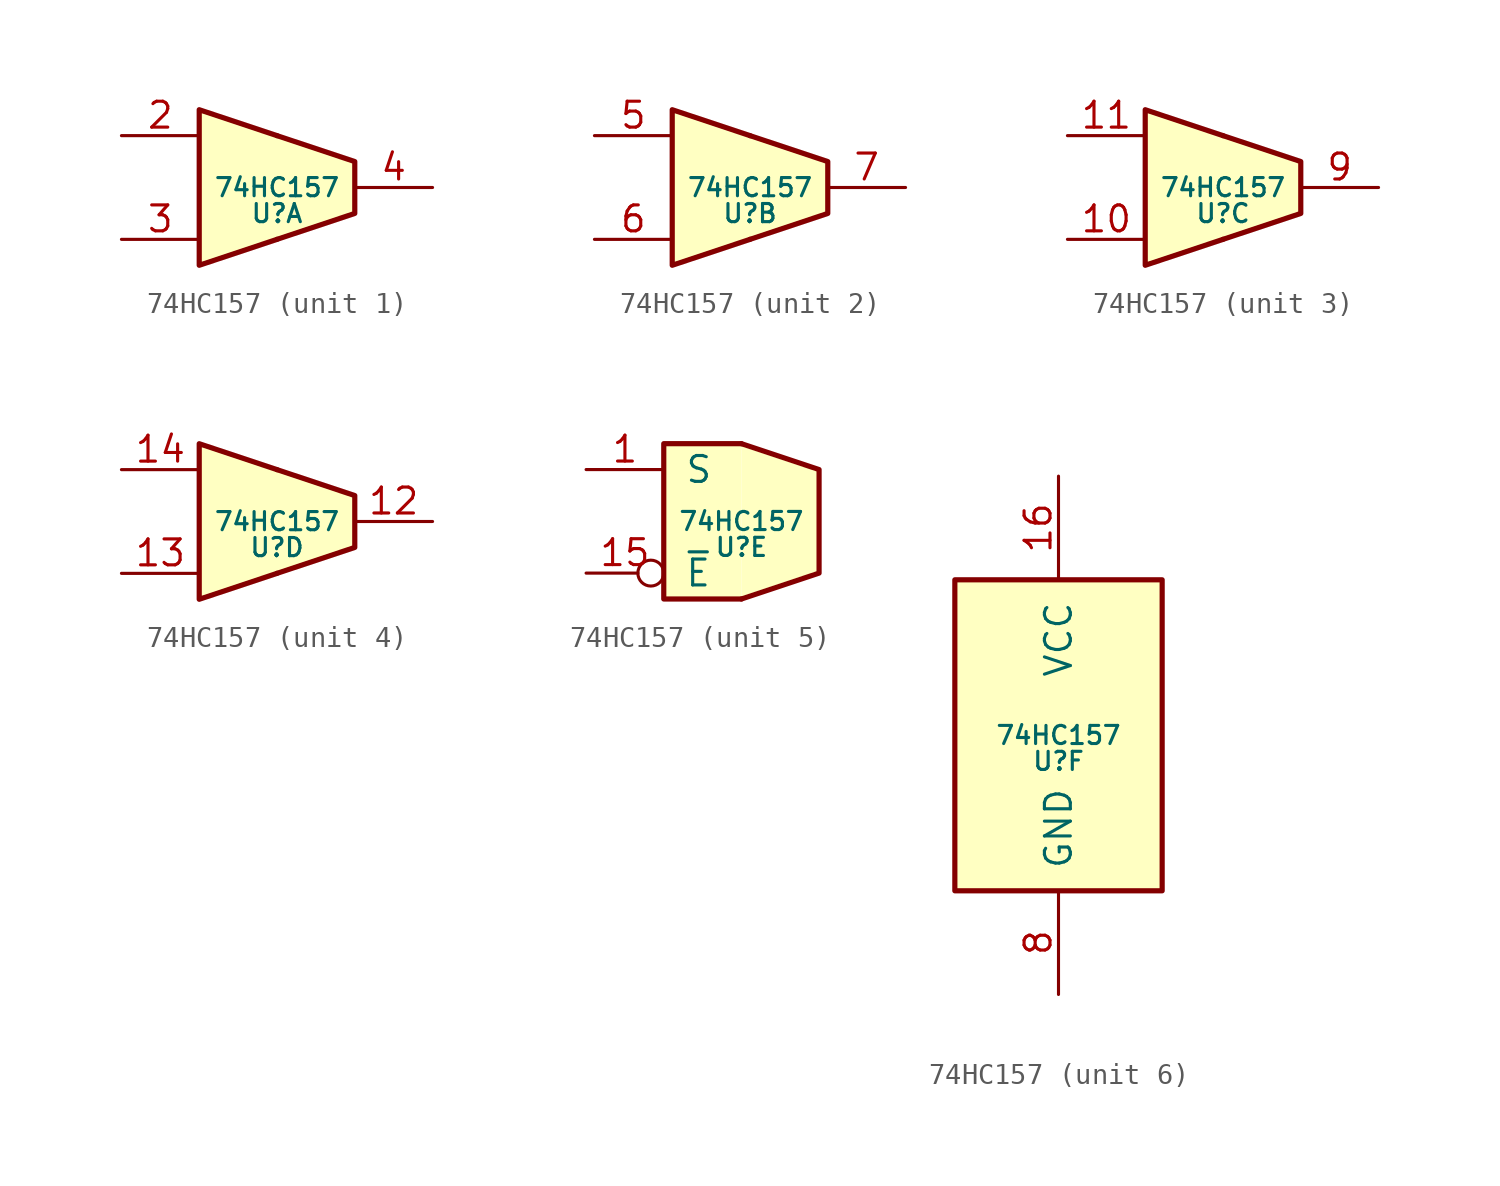
<source format=kicad_sym>
(kicad_symbol_lib
  (version 20211014)
  (generator kicad_symbol_editor)
  (symbol "74HC157"
    (pin_names
      (offset 1.016))
    (property "Reference" "U"
      (at 0 -1.27 0)
      (effects (font (size 0.889 0.889))))
    (property "Value" "74HC157"
      (at 0 0 0)
      (effects (font (size 0.889 0.889))))
    (property "ki_locked" ""
      (at 0 0 0)
      (effects (font (size 1.27 1.27))))
    (symbol "74HC157_1_1"
      (polyline (pts (xy 0 -2.54) (xy 3.81 -1.27) (xy 3.81 1.27) (xy 0 2.54)) (stroke (width 0.254) (type default) (color 0 0 0 0)) (fill (type background)))
      (polyline (pts (xy 0 2.54) (xy -3.81 3.81) (xy -3.81 -3.81) (xy 0 -2.54)) (stroke (width 0.254) (type default) (color 0 0 0 0)) (fill (type background)))
      (pin input line (at -7.62 2.54 0) (length 3.81) (name "~" (effects (font (size 1.27 1.27)))) (number "2" (effects (font (size 1.27 1.27)))))
      (pin input line (at -7.62 -2.54 0) (length 3.81) (name "~" (effects (font (size 1.27 1.27)))) (number "3" (effects (font (size 1.27 1.27)))))
      (pin output line (at 7.62 0 180) (length 3.81) (name "~" (effects (font (size 1.27 1.27)))) (number "4" (effects (font (size 1.27 1.27))))))
    (symbol "74HC157_2_1"
      (polyline (pts (xy 0 -2.54) (xy 3.81 -1.27) (xy 3.81 1.27) (xy 0 2.54)) (stroke (width 0.254) (type default) (color 0 0 0 0)) (fill (type background)))
      (polyline (pts (xy 0 2.54) (xy -3.81 3.81) (xy -3.81 -3.81) (xy 0 -2.54)) (stroke (width 0.254) (type default) (color 0 0 0 0)) (fill (type background)))
      (pin input line (at -7.62 2.54 0) (length 3.81) (name "~" (effects (font (size 1.27 1.27)))) (number "5" (effects (font (size 1.27 1.27)))))
      (pin input line (at -7.62 -2.54 0) (length 3.81) (name "~" (effects (font (size 1.27 1.27)))) (number "6" (effects (font (size 1.27 1.27)))))
      (pin output line (at 7.62 0 180) (length 3.81) (name "~" (effects (font (size 1.27 1.27)))) (number "7" (effects (font (size 1.27 1.27))))))
    (symbol "74HC157_3_1"
      (polyline (pts (xy 0 -2.54) (xy 3.81 -1.27) (xy 3.81 1.27) (xy 0 2.54)) (stroke (width 0.254) (type default) (color 0 0 0 0)) (fill (type background)))
      (polyline (pts (xy 0 2.54) (xy -3.81 3.81) (xy -3.81 -3.81) (xy 0 -2.54)) (stroke (width 0.254) (type default) (color 0 0 0 0)) (fill (type background)))
      (pin input line (at -7.62 -2.54 0) (length 3.81) (name "~" (effects (font (size 1.27 1.27)))) (number "10" (effects (font (size 1.27 1.27)))))
      (pin input line (at -7.62 2.54 0) (length 3.81) (name "~" (effects (font (size 1.27 1.27)))) (number "11" (effects (font (size 1.27 1.27)))))
      (pin output line (at 7.62 0 180) (length 3.81) (name "~" (effects (font (size 1.27 1.27)))) (number "9" (effects (font (size 1.27 1.27))))))
    (symbol "74HC157_4_1"
      (polyline (pts (xy 0 -2.54) (xy 3.81 -1.27) (xy 3.81 1.27) (xy 0 2.54)) (stroke (width 0.254) (type default) (color 0 0 0 0)) (fill (type background)))
      (polyline (pts (xy 0 2.54) (xy -3.81 3.81) (xy -3.81 -3.81) (xy 0 -2.54)) (stroke (width 0.254) (type default) (color 0 0 0 0)) (fill (type background)))
      (pin output line (at 7.62 0 180) (length 3.81) (name "~" (effects (font (size 1.27 1.27)))) (number "12" (effects (font (size 1.27 1.27)))))
      (pin input line (at -7.62 -2.54 0) (length 3.81) (name "~" (effects (font (size 1.27 1.27)))) (number "13" (effects (font (size 1.27 1.27)))))
      (pin input line (at -7.62 2.54 0) (length 3.81) (name "~" (effects (font (size 1.27 1.27)))) (number "14" (effects (font (size 1.27 1.27))))))
    (symbol "74HC157_5_1"
      (polyline (pts (xy 0 -3.81) (xy 3.81 -2.54) (xy 3.81 2.54) (xy 0 3.81)) (stroke (width 0.254) (type default) (color 0 0 0 0)) (fill (type background)))
      (polyline (pts (xy 0 3.81) (xy -3.81 3.81) (xy -3.81 -3.81) (xy 0 -3.81)) (stroke (width 0.254) (type default) (color 0 0 0 0)) (fill (type background)))
      (pin input line (at -7.62 2.54 0) (length 3.81) (name "S" (effects (font (size 1.27 1.27)))) (number "1" (effects (font (size 1.27 1.27)))))
      (pin input inverted (at -7.62 -2.54 0) (length 3.81) (name "~{E}" (effects (font (size 1.27 1.27)))) (number "15" (effects (font (size 1.27 1.27))))))
    (symbol "74HC157_6_0"
      (pin power_in line (at 0 12.7 270) (length 5.08) (name "VCC" (effects (font (size 1.27 1.27)))) (number "16" (effects (font (size 1.27 1.27)))))
      (pin power_in line (at 0 -12.7 90) (length 5.08) (name "GND" (effects (font (size 1.27 1.27)))) (number "8" (effects (font (size 1.27 1.27))))))
    (symbol "74HC157_6_1"
      (rectangle (start -5.08 7.62) (end 5.08 -7.62) (stroke (width 0.254) (type default) (color 0 0 0 0)) (fill (type background))))))
</source>
